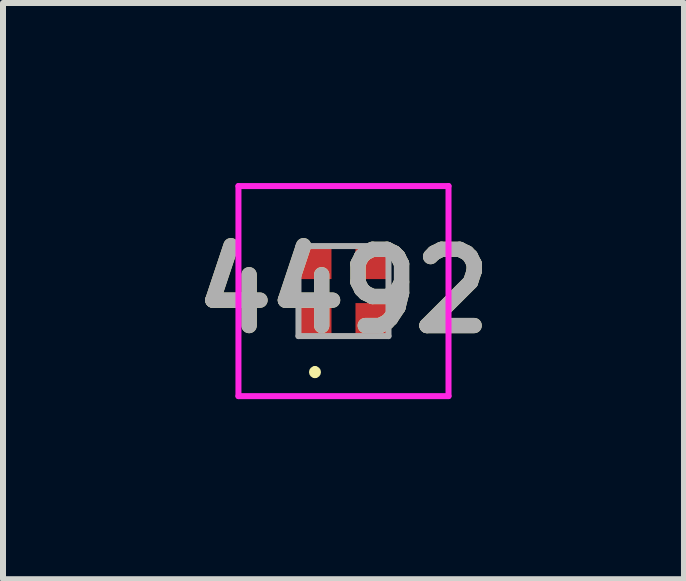
<source format=kicad_pcb>
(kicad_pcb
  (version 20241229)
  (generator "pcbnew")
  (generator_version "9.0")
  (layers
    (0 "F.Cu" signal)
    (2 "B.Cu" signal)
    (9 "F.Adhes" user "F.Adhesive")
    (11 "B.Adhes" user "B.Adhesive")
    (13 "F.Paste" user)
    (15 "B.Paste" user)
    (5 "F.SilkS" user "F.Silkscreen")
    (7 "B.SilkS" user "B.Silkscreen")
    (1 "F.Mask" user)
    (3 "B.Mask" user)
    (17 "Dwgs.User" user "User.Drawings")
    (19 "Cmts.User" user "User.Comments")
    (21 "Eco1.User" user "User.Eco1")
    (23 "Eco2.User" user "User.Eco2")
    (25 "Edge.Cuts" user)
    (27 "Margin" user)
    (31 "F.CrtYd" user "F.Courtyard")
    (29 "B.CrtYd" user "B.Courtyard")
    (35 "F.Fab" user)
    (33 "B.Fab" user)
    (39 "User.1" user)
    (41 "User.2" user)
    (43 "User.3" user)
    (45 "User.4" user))
  (footprint "4492"
    (layer "F.Cu")
    (at 2.673 1.8)
    (property "Reference" "4492" (at 0 0 0) (layer "F.SilkS") (effects (font (size 1.27 1.27) (thickness 0.254))))
    (attr smd)
    (fp_line (start -0.475 1.3) (end -0.475 1.3) (stroke (width 0.1) (type solid)) (layer "F.SilkS"))
    (fp_line (start -0.475 1.4) (end -0.475 1.4) (stroke (width 0.1) (type solid)) (layer "F.SilkS"))
    (fp_arc (start -0.475 1.3) (mid -0.425 1.35) (end -0.475 1.4) (stroke (width 0.1) (type solid)) (layer "F.SilkS"))
    (fp_arc (start -0.475 1.4) (mid -0.525 1.35) (end -0.475 1.3) (stroke (width 0.1) (type solid)) (layer "F.SilkS"))
    (fp_line (start -1.75 -1.75) (end 1.75 -1.75) (stroke (width 0.1) (type solid)) (layer "F.CrtYd"))
    (fp_line (start -1.75 1.75) (end -1.75 -1.75) (stroke (width 0.1) (type solid)) (layer "F.CrtYd"))
    (fp_line (start 1.75 -1.75) (end 1.75 1.75) (stroke (width 0.1) (type solid)) (layer "F.CrtYd"))
    (fp_line (start 1.75 1.75) (end -1.75 1.75) (stroke (width 0.1) (type solid)) (layer "F.CrtYd"))
    (fp_line (start -0.75 -0.75) (end -0.75 0.75) (stroke (width 0.1) (type solid)) (layer "F.Fab"))
    (fp_line (start -0.75 0.75) (end 0.75 0.75) (stroke (width 0.1) (type solid)) (layer "F.Fab"))
    (fp_line (start 0.75 -0.75) (end -0.75 -0.75) (stroke (width 0.1) (type solid)) (layer "F.Fab"))
    (fp_line (start 0.75 0.75) (end 0.75 -0.75) (stroke (width 0.1) (type solid)) (layer "F.Fab"))
    (fp_text user "${REFERENCE}" (at 0 0 0) (layer "F.Fab") (effects (font (size 1.27 1.27) (thickness 0.254))))
    (pad "1" smd rect (at -0.475 0.475 90) (size 0.55 0.55) (layers "F.Cu" "F.Mask" "F.Paste"))
    (pad "2" smd rect (at 0.475 0.475 90) (size 0.55 0.55) (layers "F.Cu" "F.Mask" "F.Paste"))
    (pad "3" smd rect (at 0.475 -0.475 90) (size 0.55 0.55) (layers "F.Cu" "F.Mask" "F.Paste"))
    (pad "4" smd rect (at -0.475 -0.475 90) (size 0.55 0.55) (layers "F.Cu" "F.Mask" "F.Paste")))
  (gr_rect
    (start -3 -3)
    (end 8.346 6.6)
    (stroke (width 0.1) (type default))
    (fill no)
    (layer "Edge.Cuts")))
</source>
